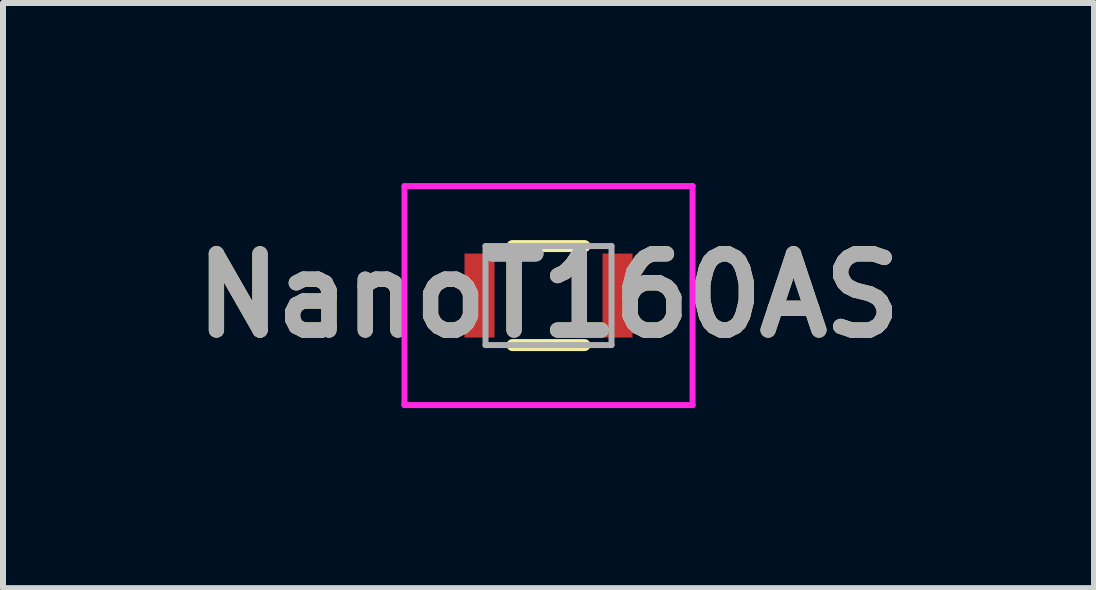
<source format=kicad_pcb>
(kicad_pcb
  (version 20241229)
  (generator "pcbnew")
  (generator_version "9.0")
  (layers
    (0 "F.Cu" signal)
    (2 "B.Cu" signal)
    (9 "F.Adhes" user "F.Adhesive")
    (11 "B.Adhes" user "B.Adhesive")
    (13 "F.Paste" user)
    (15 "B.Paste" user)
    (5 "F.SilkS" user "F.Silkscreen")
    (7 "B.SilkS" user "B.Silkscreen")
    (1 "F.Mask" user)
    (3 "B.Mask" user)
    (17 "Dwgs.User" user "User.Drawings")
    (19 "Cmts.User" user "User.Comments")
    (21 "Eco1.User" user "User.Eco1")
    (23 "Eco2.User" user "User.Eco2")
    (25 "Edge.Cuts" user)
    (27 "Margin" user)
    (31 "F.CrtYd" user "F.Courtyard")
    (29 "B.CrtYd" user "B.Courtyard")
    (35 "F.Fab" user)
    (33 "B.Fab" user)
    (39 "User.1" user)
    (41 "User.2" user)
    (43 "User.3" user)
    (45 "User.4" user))
  (footprint "NanoT160AS"
    (layer "F.Cu")
    (at 6.09 1.875)
    (property "Reference" "NanoT160AS" (at 0 0 0) (layer "F.SilkS") (effects (font (size 1.27 1.27) (thickness 0.254))))
    (attr smd)
    (fp_line (start -2 0) (end -2 0) (stroke (width 0.1) (type solid)) (layer "F.SilkS"))
    (fp_line (start -1.9 0) (end -1.9 0) (stroke (width 0.1) (type solid)) (layer "F.SilkS"))
    (fp_line (start -0.6 -0.825) (end 0.6 -0.825) (stroke (width 0.2) (type solid)) (layer "F.SilkS"))
    (fp_line (start -0.6 0.825) (end 0.6 0.825) (stroke (width 0.2) (type solid)) (layer "F.SilkS"))
    (fp_arc (start -2 0) (mid -1.95 -0.05) (end -1.9 0) (stroke (width 0.1) (type solid)) (layer "F.SilkS"))
    (fp_arc (start -1.9 0) (mid -1.95 0.05) (end -2 0) (stroke (width 0.1) (type solid)) (layer "F.SilkS"))
    (fp_line (start -2.4 -1.825) (end 2.4 -1.825) (stroke (width 0.1) (type solid)) (layer "F.CrtYd"))
    (fp_line (start -2.4 1.825) (end -2.4 -1.825) (stroke (width 0.1) (type solid)) (layer "F.CrtYd"))
    (fp_line (start 2.4 -1.825) (end 2.4 1.825) (stroke (width 0.1) (type solid)) (layer "F.CrtYd"))
    (fp_line (start 2.4 1.825) (end -2.4 1.825) (stroke (width 0.1) (type solid)) (layer "F.CrtYd"))
    (fp_line (start -1.05 -0.825) (end -1.05 0.825) (stroke (width 0.1) (type solid)) (layer "F.Fab"))
    (fp_line (start -1.05 0.825) (end 1.05 0.825) (stroke (width 0.1) (type solid)) (layer "F.Fab"))
    (fp_line (start 1.05 -0.825) (end -1.05 -0.825) (stroke (width 0.1) (type solid)) (layer "F.Fab"))
    (fp_line (start 1.05 0.825) (end 1.05 -0.825) (stroke (width 0.1) (type solid)) (layer "F.Fab"))
    (fp_text user "${REFERENCE}" (at 0 0 0) (layer "F.Fab") (effects (font (size 1.27 1.27) (thickness 0.254))))
    (pad "1" smd rect (at -1.15 0) (size 0.5 1.4) (layers "F.Cu" "F.Mask" "F.Paste"))
    (pad "2" smd rect (at 1.15 0) (size 0.5 1.4) (layers "F.Cu" "F.Mask" "F.Paste")))
  (gr_rect
    (start -3 -3)
    (end 15.18 6.75)
    (stroke (width 0.1) (type default))
    (fill no)
    (layer "Edge.Cuts")))
</source>
